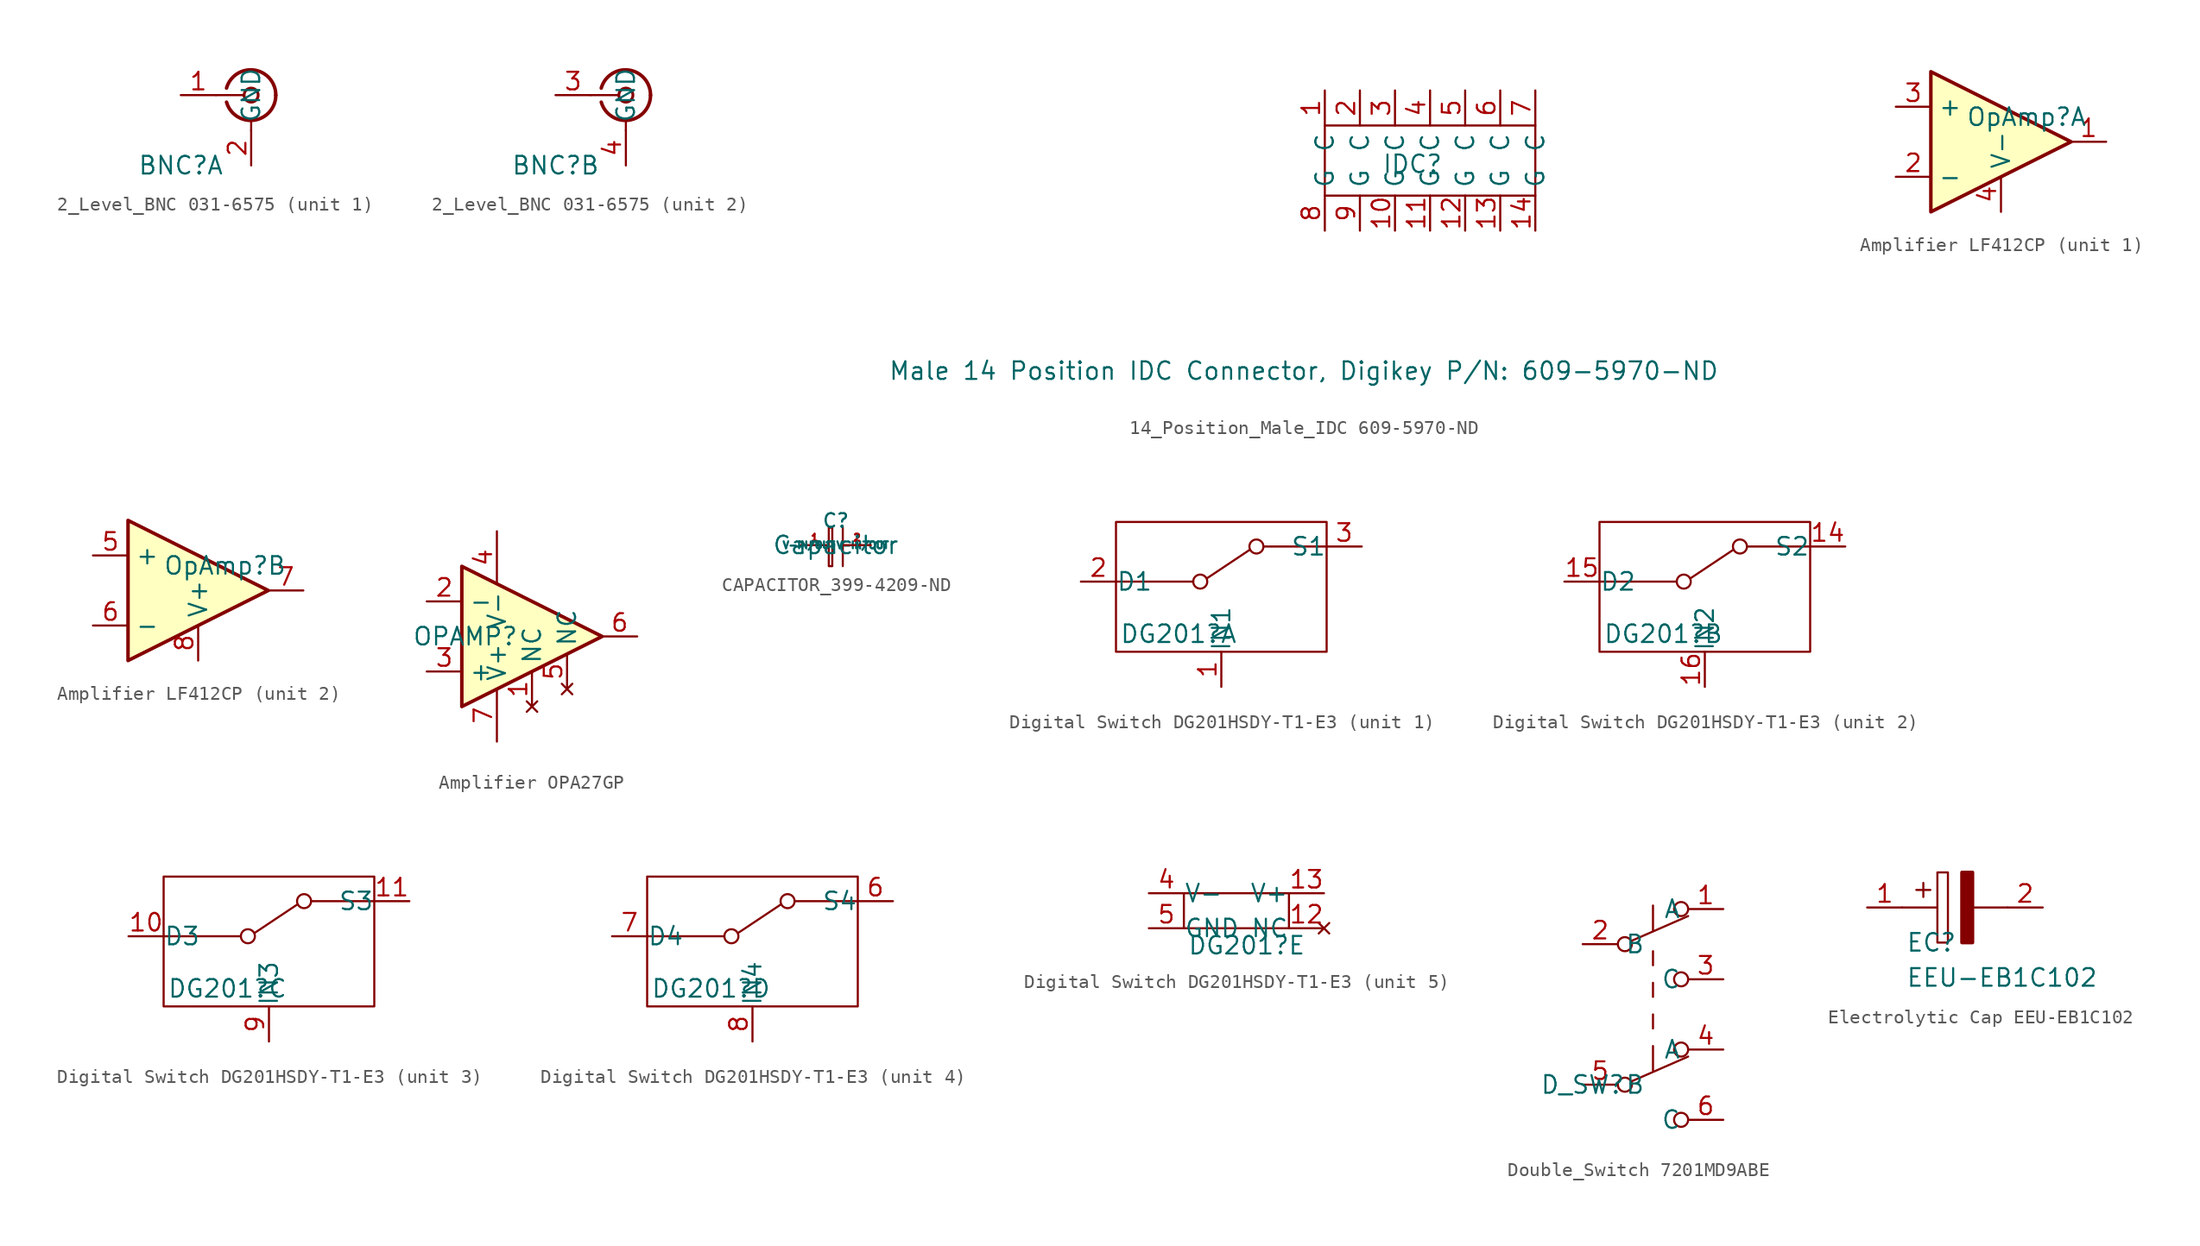
<source format=kicad_sym>
(kicad_symbol_lib
  (version 20241209)
  (generator "kicad_symbol_editor")
  (generator_version "9.0")
  (symbol "2_Level_BNC 031-6575"
    (property "Reference" "BNC"
      (at 0 -5.08 0)
      (effects (font (size 1.27 1.27))))
    (property "Value" ""
      (at 0 -5.08 0)
      (effects (font (size 1.27 1.27))))
    (property "ki_locked" ""
      (at 0 0 0)
      (effects (font (size 1.27 1.27))))
    (symbol "2_Level_BNC 031-6575_0_1"
      (polyline (pts (xy 2.54 0) (xy 4.572 0)) (stroke (width 0) (type default)) (fill (type none)))
      (arc (start 3.302 0.508) (mid 5.302 1.8083) (end 6.858 0) (stroke (width 0.254) (type default)) (fill (type none)))
      (arc (start 6.858 0) (mid 5.302 -1.808) (end 3.302 -0.508) (stroke (width 0.254) (type default)) (fill (type none)))
      (circle (center 5.08 0) (radius 0.508) (stroke (width 0.203) (type default)) (fill (type none)))
      (polyline (pts (xy 5.08 -2.54) (xy 5.08 -1.778)) (stroke (width 0) (type default)) (fill (type none))))
    (symbol "2_Level_BNC 031-6575_1_1"
      (pin passive line (at 0 0 0) (length 2.54) (name "" (effects (font (size 1.27 1.27)))) (number "1" (effects (font (size 1.27 1.27)))))
      (pin passive line (at 5.08 -5.08 90) (length 2.54) (name "GND" (effects (font (size 1.27 1.27)))) (number "2" (effects (font (size 1.27 1.27))))))
    (symbol "2_Level_BNC 031-6575_2_1"
      (pin passive line (at 0 0 0) (length 2.54) (name "" (effects (font (size 1.27 1.27)))) (number "3" (effects (font (size 1.27 1.27)))))
      (pin passive line (at 5.08 -5.08 90) (length 2.54) (name "GND" (effects (font (size 1.27 1.27)))) (number "4" (effects (font (size 1.27 1.27)))))))
  (symbol "14_Position_Male_IDC 609-5970-ND"
    (property "Reference" "IDC"
      (at 6.35 -2.794 0)
      (effects (font (size 1.27 1.27))))
    (property "Value" "Male 14 Position IDC Connector, Digikey P/N: 609-5970-ND"
      (at -1.524 -17.78 0)
      (effects (font (size 1.27 1.27))))
    (symbol "14_Position_Male_IDC 609-5970-ND_0_1"
      (rectangle (start 0 0) (end 15.24 -5.08) (stroke (width 0) (type default)) (fill (type none))))
    (symbol "14_Position_Male_IDC 609-5970-ND_1_1"
      (pin passive line (at 0 2.54 270) (length 2.54) (name "C" (effects (font (size 1.27 1.27)))) (number "1" (effects (font (size 1.27 1.27)))))
      (pin passive line (at 0 -7.62 90) (length 2.54) (name "G" (effects (font (size 1.27 1.27)))) (number "8" (effects (font (size 1.27 1.27)))))
      (pin passive line (at 2.54 2.54 270) (length 2.54) (name "C" (effects (font (size 1.27 1.27)))) (number "2" (effects (font (size 1.27 1.27)))))
      (pin passive line (at 2.54 -7.62 90) (length 2.54) (name "G" (effects (font (size 1.27 1.27)))) (number "9" (effects (font (size 1.27 1.27)))))
      (pin passive line (at 5.08 2.54 270) (length 2.54) (name "C" (effects (font (size 1.27 1.27)))) (number "3" (effects (font (size 1.27 1.27)))))
      (pin passive line (at 5.08 -7.62 90) (length 2.54) (name "G" (effects (font (size 1.27 1.27)))) (number "10" (effects (font (size 1.27 1.27)))))
      (pin passive line (at 7.62 2.54 270) (length 2.54) (name "C" (effects (font (size 1.27 1.27)))) (number "4" (effects (font (size 1.27 1.27)))))
      (pin passive line (at 7.62 -7.62 90) (length 2.54) (name "G" (effects (font (size 1.27 1.27)))) (number "11" (effects (font (size 1.27 1.27)))))
      (pin passive line (at 10.16 2.54 270) (length 2.54) (name "C" (effects (font (size 1.27 1.27)))) (number "5" (effects (font (size 1.27 1.27)))))
      (pin passive line (at 10.16 -7.62 90) (length 2.54) (name "G" (effects (font (size 1.27 1.27)))) (number "12" (effects (font (size 1.27 1.27)))))
      (pin passive line (at 12.7 2.54 270) (length 2.54) (name "C" (effects (font (size 1.27 1.27)))) (number "6" (effects (font (size 1.27 1.27)))))
      (pin passive line (at 12.7 -7.62 90) (length 2.54) (name "G" (effects (font (size 1.27 1.27)))) (number "13" (effects (font (size 1.27 1.27)))))
      (pin passive line (at 15.24 2.54 270) (length 2.54) (name "C" (effects (font (size 1.27 1.27)))) (number "7" (effects (font (size 1.27 1.27)))))
      (pin passive line (at 15.24 -7.62 90) (length 2.54) (name "G" (effects (font (size 1.27 1.27)))) (number "14" (effects (font (size 1.27 1.27)))))))
  (symbol "Amplifier LF412CP"
    (property "Reference" "OpAmp"
      (at 5.08 0 0)
      (effects (font (size 1.27 1.27)) (justify left top)))
    (symbol "Amplifier LF412CP_1_1"
      (polyline (pts (xy 2.54 2.54) (xy 12.7 -2.54) (xy 2.54 -7.62) (xy 2.54 2.54)) (stroke (width 0.254) (type default)) (fill (type background)))
      (pin input line (at 0 0 0) (length 2.54) (name "+" (effects (font (size 1.27 1.27)))) (number "3" (effects (font (size 1.27 1.27)))))
      (pin input line (at 0 -5.08 0) (length 2.54) (name "-" (effects (font (size 1.27 1.27)))) (number "2" (effects (font (size 1.27 1.27)))))
      (pin input line (at 7.62 -7.62 90) (length 2.54) (name "V-" (effects (font (size 1.27 1.27)))) (number "4" (effects (font (size 1.27 1.27)))))
      (pin output line (at 15.24 -2.54 180) (length 2.54) (name "~" (effects (font (size 1.27 1.27)))) (number "1" (effects (font (size 1.27 1.27))))))
    (symbol "Amplifier LF412CP_2_1"
      (polyline (pts (xy 2.54 2.54) (xy 12.7 -2.54) (xy 2.54 -7.62) (xy 2.54 2.54)) (stroke (width 0.254) (type default)) (fill (type background)))
      (pin input line (at 0 0 0) (length 2.54) (name "+" (effects (font (size 1.27 1.27)))) (number "5" (effects (font (size 1.27 1.27)))))
      (pin input line (at 0 -5.08 0) (length 2.54) (name "-" (effects (font (size 1.27 1.27)))) (number "6" (effects (font (size 1.27 1.27)))))
      (pin input line (at 7.62 -7.62 90) (length 2.54) (name "V+" (effects (font (size 1.27 1.27)))) (number "8" (effects (font (size 1.27 1.27)))))
      (pin output line (at 15.24 -2.54 180) (length 2.54) (name "~" (effects (font (size 1.27 1.27)))) (number "7" (effects (font (size 1.27 1.27)))))))
  (symbol "Amplifier OPA27GP"
    (property "Reference" "OPAMP"
      (at 2.794 2.54 0)
      (effects (font (size 1.27 1.27))))
    (symbol "Amplifier OPA27GP_0_1"
      (polyline (pts (xy 12.7 2.54) (xy 2.54 7.62) (xy 2.54 -2.54) (xy 12.7 2.54)) (stroke (width 0.254) (type default)) (fill (type background))))
    (symbol "Amplifier OPA27GP_1_1"
      (pin input line (at 0 5.08 0) (length 2.54) (name "-" (effects (font (size 1.27 1.27)))) (number "2" (effects (font (size 1.27 1.27)))))
      (pin input line (at 0 0 0) (length 2.54) (name "+" (effects (font (size 1.27 1.27)))) (number "3" (effects (font (size 1.27 1.27)))))
      (pin power_in line (at 5.08 10.16 270) (length 3.81) (name "V-" (effects (font (size 1.27 1.27)))) (number "4" (effects (font (size 1.27 1.27)))))
      (pin power_in line (at 5.08 -5.08 90) (length 3.81) (name "V+" (effects (font (size 1.27 1.27)))) (number "7" (effects (font (size 1.27 1.27)))))
      (pin no_connect line (at 7.62 8.89 270) (length 3.81) (hide yes) (name "NC" (effects (font (size 1.27 1.27)))) (number "8" (effects (font (size 1.27 1.27)))))
      (pin no_connect line (at 7.62 -2.54 90) (length 2.54) (name "NC" (effects (font (size 1.27 1.27)))) (number "1" (effects (font (size 1.27 1.27)))))
      (pin no_connect line (at 10.16 -1.27 90) (length 2.54) (name "NC" (effects (font (size 1.27 1.27)))) (number "5" (effects (font (size 1.27 1.27)))))
      (pin output line (at 15.24 2.54 180) (length 2.54) (name "~" (effects (font (size 1.27 1.27)))) (number "6" (effects (font (size 1.27 1.27)))))))
  (symbol "CAPACITOR_399-4209-ND"
    (property "Reference" "C"
      (at 0 1.778 0)
      (effects (font (size 1 1))))
    (property "Value" "Capacitor"
      (at 0 0 0)
      (effects (font (size 1.27 1.27))))
    (symbol "CAPACITOR_399-4209-ND_0_1"
      (rectangle (start -0.508 1.27) (end -0.254 -1.524) (stroke (width 0) (type default)) (fill (type none)))
      (polyline (pts (xy 0.508 1.27) (xy 0.508 -1.524)) (stroke (width 0) (type default)) (fill (type none))))
    (symbol "CAPACITOR_399-4209-ND_1_1"
      (pin passive line (at -2.54 0 0) (length 2) (name "V-IN/OUT" (effects (font (size 0.5 0.5)))) (number "1" (effects (font (size 0.5 0.5)))))
      (pin passive line (at 2.54 0 180) (length 2) (name "V-IN/OUT" (effects (font (size 0.5 0.5)))) (number "2" (effects (font (size 0.5 0.5)))))))
  (symbol "Digital Switch DG201HSDY-T1-E3"
    (pin_names
      (offset 0.002))
    (property "Reference" "DG201"
      (at 2.794 -3.048 0)
      (effects (font (size 1.27 1.27)) (justify left top)))
    (property "ki_locked" ""
      (at 0 0 0)
      (effects (font (size 1.27 1.27))))
    (symbol "Digital Switch DG201HSDY-T1-E3_1_0"
      (circle (center 8.636 0) (radius 0.508) (stroke (width 0) (type default)) (fill (type none))))
    (symbol "Digital Switch DG201HSDY-T1-E3_1_1"
      (rectangle (start 2.54 4.318) (end 17.78 -5.08) (stroke (width 0) (type default)) (fill (type none)))
      (polyline (pts (xy 8.128 0) (xy 2.54 0)) (stroke (width 0) (type default)) (fill (type none)))
      (polyline (pts (xy 9.144 0.254) (xy 12.192 2.286)) (stroke (width 0) (type default)) (fill (type none)))
      (circle (center 12.7 2.54) (radius 0.508) (stroke (width 0) (type default)) (fill (type none)))
      (polyline (pts (xy 17.78 2.54) (xy 13.208 2.54)) (stroke (width 0) (type default)) (fill (type none)))
      (pin passive line (at 0 0 0) (length 2.54) (name "D1" (effects (font (size 1.27 1.27)))) (number "2" (effects (font (size 1.27 1.27)))))
      (pin input line (at 10.16 -7.62 90) (length 2.54) (name "IN1" (effects (font (size 1.27 1.27)))) (number "1" (effects (font (size 1.27 1.27)))))
      (pin passive line (at 20.32 2.54 180) (length 2.54) (name "S1" (effects (font (size 1.27 1.27)))) (number "3" (effects (font (size 1.27 1.27))))))
    (symbol "Digital Switch DG201HSDY-T1-E3_2_0"
      (circle (center 8.636 0) (radius 0.508) (stroke (width 0) (type default)) (fill (type none))))
    (symbol "Digital Switch DG201HSDY-T1-E3_2_1"
      (rectangle (start 2.54 4.318) (end 17.78 -5.08) (stroke (width 0) (type default)) (fill (type none)))
      (polyline (pts (xy 8.128 0) (xy 2.54 0)) (stroke (width 0) (type default)) (fill (type none)))
      (polyline (pts (xy 9.144 0.254) (xy 12.192 2.286)) (stroke (width 0) (type default)) (fill (type none)))
      (circle (center 12.7 2.54) (radius 0.508) (stroke (width 0) (type default)) (fill (type none)))
      (polyline (pts (xy 17.78 2.54) (xy 13.208 2.54)) (stroke (width 0) (type default)) (fill (type none)))
      (pin passive line (at 0 0 0) (length 2.54) (name "D2" (effects (font (size 1.27 1.27)))) (number "15" (effects (font (size 1.27 1.27)))))
      (pin input line (at 10.16 -7.62 90) (length 2.54) (name "IN2" (effects (font (size 1.27 1.27)))) (number "16" (effects (font (size 1.27 1.27)))))
      (pin passive line (at 20.32 2.54 180) (length 2.54) (name "S2" (effects (font (size 1.27 1.27)))) (number "14" (effects (font (size 1.27 1.27))))))
    (symbol "Digital Switch DG201HSDY-T1-E3_3_0"
      (circle (center 8.636 0) (radius 0.508) (stroke (width 0) (type default)) (fill (type none))))
    (symbol "Digital Switch DG201HSDY-T1-E3_3_1"
      (rectangle (start 2.54 4.318) (end 17.78 -5.08) (stroke (width 0) (type default)) (fill (type none)))
      (polyline (pts (xy 8.128 0) (xy 2.54 0)) (stroke (width 0) (type default)) (fill (type none)))
      (polyline (pts (xy 9.144 0.254) (xy 12.192 2.286)) (stroke (width 0) (type default)) (fill (type none)))
      (circle (center 12.7 2.54) (radius 0.508) (stroke (width 0) (type default)) (fill (type none)))
      (polyline (pts (xy 17.78 2.54) (xy 13.208 2.54)) (stroke (width 0) (type default)) (fill (type none)))
      (pin passive line (at 0 0 0) (length 2.54) (name "D3" (effects (font (size 1.27 1.27)))) (number "10" (effects (font (size 1.27 1.27)))))
      (pin input line (at 10.16 -7.62 90) (length 2.54) (name "IN3" (effects (font (size 1.27 1.27)))) (number "9" (effects (font (size 1.27 1.27)))))
      (pin passive line (at 20.32 2.54 180) (length 2.54) (name "S3" (effects (font (size 1.27 1.27)))) (number "11" (effects (font (size 1.27 1.27))))))
    (symbol "Digital Switch DG201HSDY-T1-E3_4_0"
      (circle (center 8.636 0) (radius 0.508) (stroke (width 0) (type default)) (fill (type none))))
    (symbol "Digital Switch DG201HSDY-T1-E3_4_1"
      (rectangle (start 2.54 4.318) (end 17.78 -5.08) (stroke (width 0) (type default)) (fill (type none)))
      (polyline (pts (xy 8.128 0) (xy 2.54 0)) (stroke (width 0) (type default)) (fill (type none)))
      (polyline (pts (xy 9.144 0.254) (xy 12.192 2.286)) (stroke (width 0) (type default)) (fill (type none)))
      (circle (center 12.7 2.54) (radius 0.508) (stroke (width 0) (type default)) (fill (type none)))
      (polyline (pts (xy 17.78 2.54) (xy 13.208 2.54)) (stroke (width 0) (type default)) (fill (type none)))
      (pin passive line (at 0 0 0) (length 2.54) (name "D4" (effects (font (size 1.27 1.27)))) (number "7" (effects (font (size 1.27 1.27)))))
      (pin input line (at 10.16 -7.62 90) (length 2.54) (name "IN4" (effects (font (size 1.27 1.27)))) (number "8" (effects (font (size 1.27 1.27)))))
      (pin passive line (at 20.32 2.54 180) (length 2.54) (name "S4" (effects (font (size 1.27 1.27)))) (number "6" (effects (font (size 1.27 1.27))))))
    (symbol "Digital Switch DG201HSDY-T1-E3_5_0"
      (rectangle (start 2.54 0) (end 10.16 -2.54) (stroke (width 0) (type default)) (fill (type none))))
    (symbol "Digital Switch DG201HSDY-T1-E3_5_1"
      (pin input line (at 0 0 0) (length 2.54) (name "V-" (effects (font (size 1.27 1.27)))) (number "4" (effects (font (size 1.27 1.27)))))
      (pin input line (at 0 -2.54 0) (length 2.54) (name "GND" (effects (font (size 1.27 1.27)))) (number "5" (effects (font (size 1.27 1.27)))))
      (pin input line (at 12.7 0 180) (length 2.54) (name "V+" (effects (font (size 1.27 1.27)))) (number "13" (effects (font (size 1.27 1.27)))))
      (pin no_connect line (at 12.7 -2.54 180) (length 2.54) (name "NC" (effects (font (size 1.27 1.27)))) (number "12" (effects (font (size 1.27 1.27)))))))
  (symbol "Double_Switch 7201MD9ABE"
    (property "Reference" "D_SW"
      (at 0 0 0)
      (effects (font (size 1.27 1.27))))
    (symbol "Double_Switch 7201MD9ABE_0_0"
      (circle (center 3.048 10.16) (radius 0.508) (stroke (width 0) (type default)) (fill (type none)))
      (circle (center 3.048 0) (radius 0.508) (stroke (width 0) (type default)) (fill (type none)))
      (circle (center 7.112 7.62) (radius 0.508) (stroke (width 0) (type default)) (fill (type none)))
      (circle (center 7.112 -2.54) (radius 0.508) (stroke (width 0) (type default)) (fill (type none))))
    (symbol "Double_Switch 7201MD9ABE_0_1"
      (polyline (pts (xy 3.556 10.414) (xy 7.62 12.192)) (stroke (width 0) (type default)) (fill (type none)))
      (polyline (pts (xy 3.556 0.254) (xy 7.62 2.032)) (stroke (width 0) (type default)) (fill (type none)))
      (polyline (pts (xy 5.08 12.954) (xy 5.08 11.176)) (stroke (width 0) (type default)) (fill (type none)))
      (polyline (pts (xy 5.08 8.636) (xy 5.08 9.652)) (stroke (width 0) (type default)) (fill (type none)))
      (polyline (pts (xy 5.08 6.35) (xy 5.08 7.366)) (stroke (width 0) (type default)) (fill (type none)))
      (polyline (pts (xy 5.08 4.064) (xy 5.08 5.08)) (stroke (width 0) (type default)) (fill (type none)))
      (polyline (pts (xy 5.08 2.794) (xy 5.08 1.016)) (stroke (width 0) (type default)) (fill (type none)))
      (circle (center 7.112 12.7) (radius 0.508) (stroke (width 0) (type default)) (fill (type none)))
      (circle (center 7.112 2.54) (radius 0.508) (stroke (width 0) (type default)) (fill (type none))))
    (symbol "Double_Switch 7201MD9ABE_1_1"
      (pin passive line (at 0 10.16 0) (length 2.54) (name "B" (effects (font (size 1.27 1.27)))) (number "2" (effects (font (size 1.27 1.27)))))
      (pin passive line (at 0 0 0) (length 2.54) (name "B" (effects (font (size 1.27 1.27)))) (number "5" (effects (font (size 1.27 1.27)))))
      (pin passive line (at 10.16 12.7 180) (length 2.54) (name "A" (effects (font (size 1.27 1.27)))) (number "1" (effects (font (size 1.27 1.27)))))
      (pin passive line (at 10.16 7.62 180) (length 2.54) (name "C" (effects (font (size 1.27 1.27)))) (number "3" (effects (font (size 1.27 1.27)))))
      (pin passive line (at 10.16 2.54 180) (length 2.54) (name "A" (effects (font (size 1.27 1.27)))) (number "4" (effects (font (size 1.27 1.27)))))
      (pin passive line (at 10.16 -2.54 180) (length 2.54) (name "C" (effects (font (size 1.27 1.27)))) (number "6" (effects (font (size 1.27 1.27)))))))
  (symbol "Electrolytic Cap EEU-EB1C102"
    (pin_names
      (offset 0.762))
    (property "Reference" "EC"
      (at 2.794 -2.54 0)
      (effects (font (size 1.27 1.27)) (justify left)))
    (property "Value" "EEU-EB1C102"
      (at 2.794 -5.08 0)
      (effects (font (size 1.27 1.27)) (justify left)))
    (symbol "Electrolytic Cap EEU-EB1C102_0_0"
      (pin passive line (at 0 0 0) (length 2.54) (name "~" (effects (font (size 1.27 1.27)))) (number "1" (effects (font (size 1.27 1.27)))))
      (pin passive line (at 12.7 0 180) (length 2.54) (name "~" (effects (font (size 1.27 1.27)))) (number "2" (effects (font (size 1.27 1.27))))))
    (symbol "Electrolytic Cap EEU-EB1C102_0_1"
      (polyline (pts (xy 2.54 0) (xy 5.08 0)) (stroke (width 0.152) (type solid)) (fill (type none)))
      (polyline (pts (xy 4.064 1.778) (xy 4.064 0.762)) (stroke (width 0.152) (type solid)) (fill (type none)))
      (polyline (pts (xy 4.572 1.27) (xy 3.556 1.27)) (stroke (width 0.152) (type solid)) (fill (type none)))
      (polyline (pts (xy 5.08 2.54) (xy 5.08 -2.54) (xy 5.842 -2.54) (xy 5.842 2.54) (xy 5.08 2.54)) (stroke (width 0.152) (type solid)) (fill (type none)))
      (polyline (pts (xy 7.62 2.54) (xy 7.62 -2.54) (xy 6.858 -2.54) (xy 6.858 2.54) (xy 7.62 2.54)) (stroke (width 0.254) (type solid)) (fill (type outline)))
      (polyline (pts (xy 7.62 0) (xy 10.16 0)) (stroke (width 0.152) (type solid)) (fill (type none))))))
</source>
